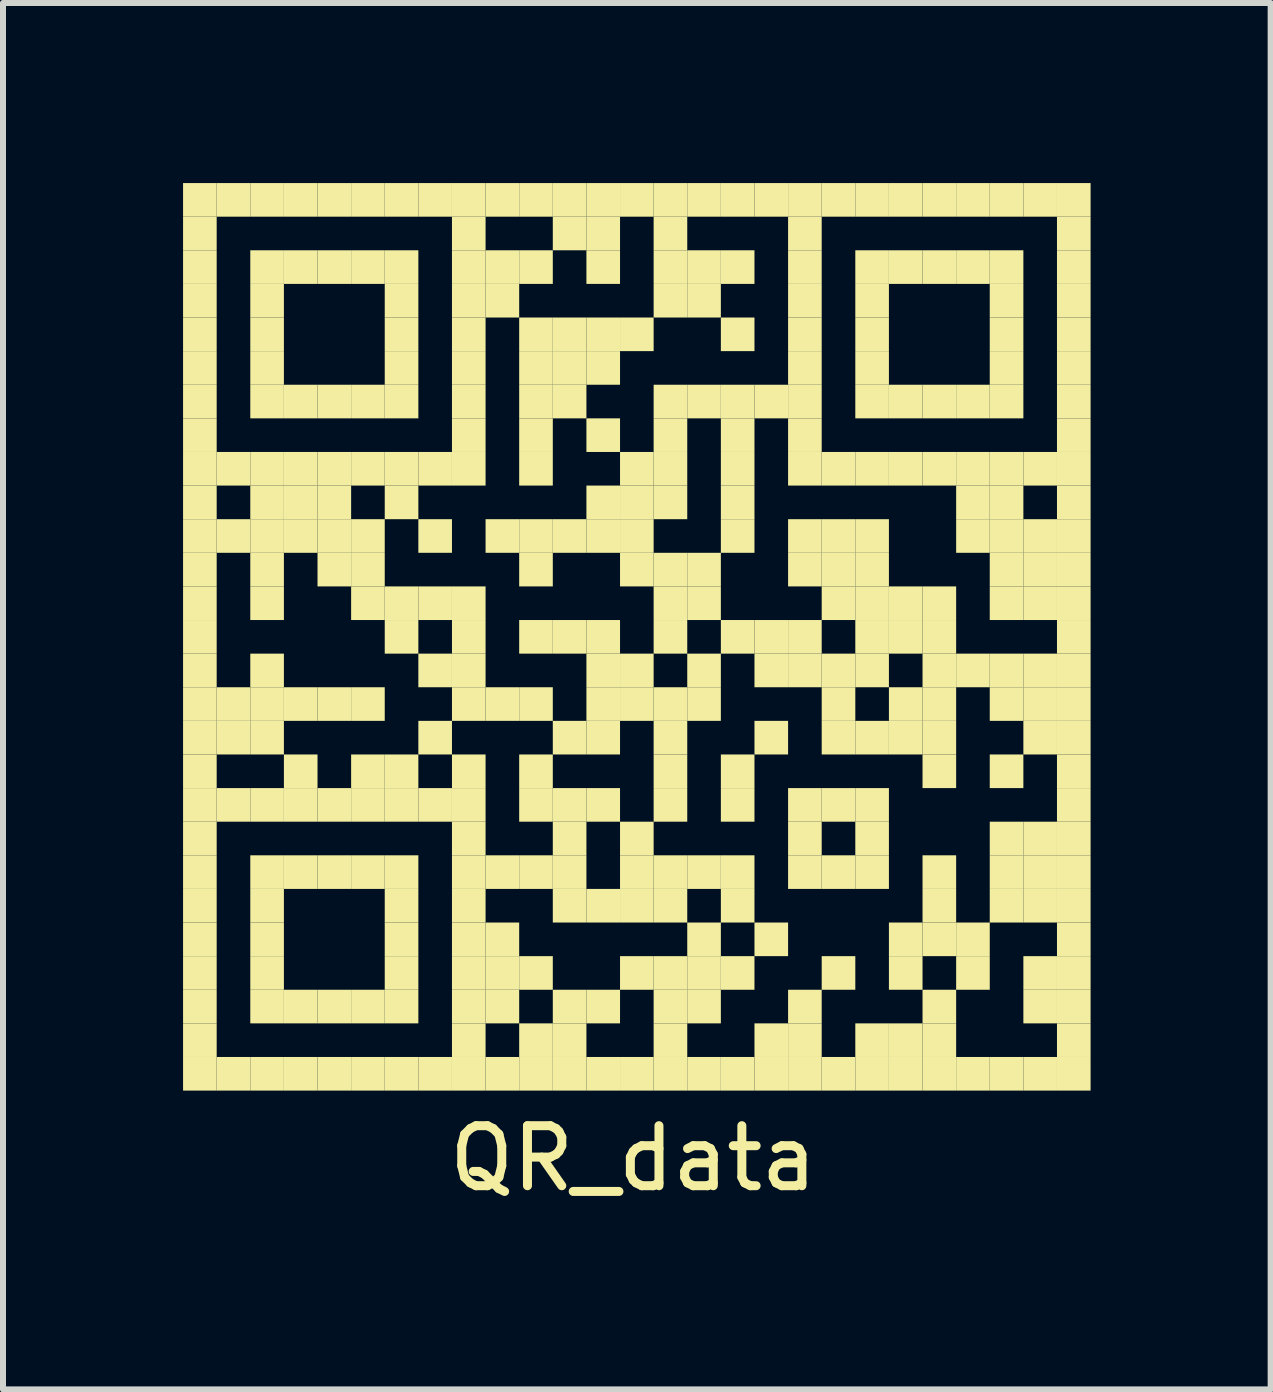
<source format=kicad_pcb>
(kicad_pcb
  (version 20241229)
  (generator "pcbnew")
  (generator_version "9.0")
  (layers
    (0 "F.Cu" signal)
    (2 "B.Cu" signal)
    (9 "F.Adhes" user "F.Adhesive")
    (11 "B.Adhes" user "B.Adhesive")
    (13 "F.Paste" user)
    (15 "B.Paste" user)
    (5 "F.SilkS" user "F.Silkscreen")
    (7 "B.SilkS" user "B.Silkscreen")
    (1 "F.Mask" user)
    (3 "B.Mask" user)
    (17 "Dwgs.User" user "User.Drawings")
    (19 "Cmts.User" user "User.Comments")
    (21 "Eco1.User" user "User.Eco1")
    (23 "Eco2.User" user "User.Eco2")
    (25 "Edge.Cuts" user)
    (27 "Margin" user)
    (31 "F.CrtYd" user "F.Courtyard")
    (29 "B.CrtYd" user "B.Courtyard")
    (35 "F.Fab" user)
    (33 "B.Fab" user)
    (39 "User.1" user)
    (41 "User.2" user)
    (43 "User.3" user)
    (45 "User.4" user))
  (footprint "QR_data"
    (layer "F.Cu")
    (at 7.5 7.5)
    (property "Reference" "QR_data" (at 0 8.75 0) (layer "F.SilkS") (effects (font (size 1 1) (thickness 0.15))))
    (attr exclude_from_pos_files exclude_from_bom)
    (fp_poly (pts (xy -7.5 -7.5) (xy -7.5 -6.94) (xy -6.94 -6.94) (xy -6.94 -7.5)) (stroke (width 0) (type solid)) (fill yes) (layer "F.SilkS"))
    (fp_poly (pts (xy -7.5 -6.94) (xy -7.5 -6.38) (xy -6.94 -6.38) (xy -6.94 -6.94)) (stroke (width 0) (type solid)) (fill yes) (layer "F.SilkS"))
    (fp_poly (pts (xy -7.5 -6.38) (xy -7.5 -5.82) (xy -6.94 -5.82) (xy -6.94 -6.38)) (stroke (width 0) (type solid)) (fill yes) (layer "F.SilkS"))
    (fp_poly (pts (xy -7.5 -5.82) (xy -7.5 -5.26) (xy -6.94 -5.26) (xy -6.94 -5.82)) (stroke (width 0) (type solid)) (fill yes) (layer "F.SilkS"))
    (fp_poly (pts (xy -7.5 -5.26) (xy -7.5 -4.7) (xy -6.94 -4.7) (xy -6.94 -5.26)) (stroke (width 0) (type solid)) (fill yes) (layer "F.SilkS"))
    (fp_poly (pts (xy -7.5 -4.7) (xy -7.5 -4.14) (xy -6.94 -4.14) (xy -6.94 -4.7)) (stroke (width 0) (type solid)) (fill yes) (layer "F.SilkS"))
    (fp_poly (pts (xy -7.5 -4.14) (xy -7.5 -3.58) (xy -6.94 -3.58) (xy -6.94 -4.14)) (stroke (width 0) (type solid)) (fill yes) (layer "F.SilkS"))
    (fp_poly (pts (xy -7.5 -3.58) (xy -7.5 -3.02) (xy -6.94 -3.02) (xy -6.94 -3.58)) (stroke (width 0) (type solid)) (fill yes) (layer "F.SilkS"))
    (fp_poly (pts (xy -7.5 -3.02) (xy -7.5 -2.46) (xy -6.94 -2.46) (xy -6.94 -3.02)) (stroke (width 0) (type solid)) (fill yes) (layer "F.SilkS"))
    (fp_poly (pts (xy -7.5 -2.46) (xy -7.5 -1.9) (xy -6.94 -1.9) (xy -6.94 -2.46)) (stroke (width 0) (type solid)) (fill yes) (layer "F.SilkS"))
    (fp_poly (pts (xy -7.5 -1.9) (xy -7.5 -1.34) (xy -6.94 -1.34) (xy -6.94 -1.9)) (stroke (width 0) (type solid)) (fill yes) (layer "F.SilkS"))
    (fp_poly (pts (xy -7.5 -1.34) (xy -7.5 -0.78) (xy -6.94 -0.78) (xy -6.94 -1.34)) (stroke (width 0) (type solid)) (fill yes) (layer "F.SilkS"))
    (fp_poly (pts (xy -7.5 -0.78) (xy -7.5 -0.22) (xy -6.94 -0.22) (xy -6.94 -0.78)) (stroke (width 0) (type solid)) (fill yes) (layer "F.SilkS"))
    (fp_poly (pts (xy -7.5 -0.22) (xy -7.5 0.34) (xy -6.94 0.34) (xy -6.94 -0.22)) (stroke (width 0) (type solid)) (fill yes) (layer "F.SilkS"))
    (fp_poly (pts (xy -7.5 0.34) (xy -7.5 0.9) (xy -6.94 0.9) (xy -6.94 0.34)) (stroke (width 0) (type solid)) (fill yes) (layer "F.SilkS"))
    (fp_poly (pts (xy -7.5 0.9) (xy -7.5 1.46) (xy -6.94 1.46) (xy -6.94 0.9)) (stroke (width 0) (type solid)) (fill yes) (layer "F.SilkS"))
    (fp_poly (pts (xy -7.5 1.46) (xy -7.5 2.02) (xy -6.94 2.02) (xy -6.94 1.46)) (stroke (width 0) (type solid)) (fill yes) (layer "F.SilkS"))
    (fp_poly (pts (xy -7.5 2.02) (xy -7.5 2.58) (xy -6.94 2.58) (xy -6.94 2.02)) (stroke (width 0) (type solid)) (fill yes) (layer "F.SilkS"))
    (fp_poly (pts (xy -7.5 2.58) (xy -7.5 3.14) (xy -6.94 3.14) (xy -6.94 2.58)) (stroke (width 0) (type solid)) (fill yes) (layer "F.SilkS"))
    (fp_poly (pts (xy -7.5 3.14) (xy -7.5 3.7) (xy -6.94 3.7) (xy -6.94 3.14)) (stroke (width 0) (type solid)) (fill yes) (layer "F.SilkS"))
    (fp_poly (pts (xy -7.5 3.7) (xy -7.5 4.26) (xy -6.94 4.26) (xy -6.94 3.7)) (stroke (width 0) (type solid)) (fill yes) (layer "F.SilkS"))
    (fp_poly (pts (xy -7.5 4.26) (xy -7.5 4.82) (xy -6.94 4.82) (xy -6.94 4.26)) (stroke (width 0) (type solid)) (fill yes) (layer "F.SilkS"))
    (fp_poly (pts (xy -7.5 4.82) (xy -7.5 5.38) (xy -6.94 5.38) (xy -6.94 4.82)) (stroke (width 0) (type solid)) (fill yes) (layer "F.SilkS"))
    (fp_poly (pts (xy -7.5 5.38) (xy -7.5 5.94) (xy -6.94 5.94) (xy -6.94 5.38)) (stroke (width 0) (type solid)) (fill yes) (layer "F.SilkS"))
    (fp_poly (pts (xy -7.5 5.94) (xy -7.5 6.5) (xy -6.94 6.5) (xy -6.94 5.94)) (stroke (width 0) (type solid)) (fill yes) (layer "F.SilkS"))
    (fp_poly (pts (xy -7.5 6.5) (xy -7.5 7.06) (xy -6.94 7.06) (xy -6.94 6.5)) (stroke (width 0) (type solid)) (fill yes) (layer "F.SilkS"))
    (fp_poly (pts (xy -7.5 7.06) (xy -7.5 7.62) (xy -6.94 7.62) (xy -6.94 7.06)) (stroke (width 0) (type solid)) (fill yes) (layer "F.SilkS"))
    (fp_poly (pts (xy -6.94 -7.5) (xy -6.94 -6.94) (xy -6.38 -6.94) (xy -6.38 -7.5)) (stroke (width 0) (type solid)) (fill yes) (layer "F.SilkS"))
    (fp_poly (pts (xy -6.94 -3.02) (xy -6.94 -2.46) (xy -6.38 -2.46) (xy -6.38 -3.02)) (stroke (width 0) (type solid)) (fill yes) (layer "F.SilkS"))
    (fp_poly (pts (xy -6.94 -1.9) (xy -6.94 -1.34) (xy -6.38 -1.34) (xy -6.38 -1.9)) (stroke (width 0) (type solid)) (fill yes) (layer "F.SilkS"))
    (fp_poly (pts (xy -6.94 0.9) (xy -6.94 1.46) (xy -6.38 1.46) (xy -6.38 0.9)) (stroke (width 0) (type solid)) (fill yes) (layer "F.SilkS"))
    (fp_poly (pts (xy -6.94 1.46) (xy -6.94 2.02) (xy -6.38 2.02) (xy -6.38 1.46)) (stroke (width 0) (type solid)) (fill yes) (layer "F.SilkS"))
    (fp_poly (pts (xy -6.94 2.58) (xy -6.94 3.14) (xy -6.38 3.14) (xy -6.38 2.58)) (stroke (width 0) (type solid)) (fill yes) (layer "F.SilkS"))
    (fp_poly (pts (xy -6.94 7.06) (xy -6.94 7.62) (xy -6.38 7.62) (xy -6.38 7.06)) (stroke (width 0) (type solid)) (fill yes) (layer "F.SilkS"))
    (fp_poly (pts (xy -6.38 -7.5) (xy -6.38 -6.94) (xy -5.82 -6.94) (xy -5.82 -7.5)) (stroke (width 0) (type solid)) (fill yes) (layer "F.SilkS"))
    (fp_poly (pts (xy -6.38 -6.38) (xy -6.38 -5.82) (xy -5.82 -5.82) (xy -5.82 -6.38)) (stroke (width 0) (type solid)) (fill yes) (layer "F.SilkS"))
    (fp_poly (pts (xy -6.38 -5.82) (xy -6.38 -5.26) (xy -5.82 -5.26) (xy -5.82 -5.82)) (stroke (width 0) (type solid)) (fill yes) (layer "F.SilkS"))
    (fp_poly (pts (xy -6.38 -5.26) (xy -6.38 -4.7) (xy -5.82 -4.7) (xy -5.82 -5.26)) (stroke (width 0) (type solid)) (fill yes) (layer "F.SilkS"))
    (fp_poly (pts (xy -6.38 -4.7) (xy -6.38 -4.14) (xy -5.82 -4.14) (xy -5.82 -4.7)) (stroke (width 0) (type solid)) (fill yes) (layer "F.SilkS"))
    (fp_poly (pts (xy -6.38 -4.14) (xy -6.38 -3.58) (xy -5.82 -3.58) (xy -5.82 -4.14)) (stroke (width 0) (type solid)) (fill yes) (layer "F.SilkS"))
    (fp_poly (pts (xy -6.38 -3.02) (xy -6.38 -2.46) (xy -5.82 -2.46) (xy -5.82 -3.02)) (stroke (width 0) (type solid)) (fill yes) (layer "F.SilkS"))
    (fp_poly (pts (xy -6.38 -2.46) (xy -6.38 -1.9) (xy -5.82 -1.9) (xy -5.82 -2.46)) (stroke (width 0) (type solid)) (fill yes) (layer "F.SilkS"))
    (fp_poly (pts (xy -6.38 -1.9) (xy -6.38 -1.34) (xy -5.82 -1.34) (xy -5.82 -1.9)) (stroke (width 0) (type solid)) (fill yes) (layer "F.SilkS"))
    (fp_poly (pts (xy -6.38 -1.34) (xy -6.38 -0.78) (xy -5.82 -0.78) (xy -5.82 -1.34)) (stroke (width 0) (type solid)) (fill yes) (layer "F.SilkS"))
    (fp_poly (pts (xy -6.38 -0.78) (xy -6.38 -0.22) (xy -5.82 -0.22) (xy -5.82 -0.78)) (stroke (width 0) (type solid)) (fill yes) (layer "F.SilkS"))
    (fp_poly (pts (xy -6.38 0.34) (xy -6.38 0.9) (xy -5.82 0.9) (xy -5.82 0.34)) (stroke (width 0) (type solid)) (fill yes) (layer "F.SilkS"))
    (fp_poly (pts (xy -6.38 0.9) (xy -6.38 1.46) (xy -5.82 1.46) (xy -5.82 0.9)) (stroke (width 0) (type solid)) (fill yes) (layer "F.SilkS"))
    (fp_poly (pts (xy -6.38 1.46) (xy -6.38 2.02) (xy -5.82 2.02) (xy -5.82 1.46)) (stroke (width 0) (type solid)) (fill yes) (layer "F.SilkS"))
    (fp_poly (pts (xy -6.38 2.58) (xy -6.38 3.14) (xy -5.82 3.14) (xy -5.82 2.58)) (stroke (width 0) (type solid)) (fill yes) (layer "F.SilkS"))
    (fp_poly (pts (xy -6.38 3.7) (xy -6.38 4.26) (xy -5.82 4.26) (xy -5.82 3.7)) (stroke (width 0) (type solid)) (fill yes) (layer "F.SilkS"))
    (fp_poly (pts (xy -6.38 4.26) (xy -6.38 4.82) (xy -5.82 4.82) (xy -5.82 4.26)) (stroke (width 0) (type solid)) (fill yes) (layer "F.SilkS"))
    (fp_poly (pts (xy -6.38 4.82) (xy -6.38 5.38) (xy -5.82 5.38) (xy -5.82 4.82)) (stroke (width 0) (type solid)) (fill yes) (layer "F.SilkS"))
    (fp_poly (pts (xy -6.38 5.38) (xy -6.38 5.94) (xy -5.82 5.94) (xy -5.82 5.38)) (stroke (width 0) (type solid)) (fill yes) (layer "F.SilkS"))
    (fp_poly (pts (xy -6.38 5.94) (xy -6.38 6.5) (xy -5.82 6.5) (xy -5.82 5.94)) (stroke (width 0) (type solid)) (fill yes) (layer "F.SilkS"))
    (fp_poly (pts (xy -6.38 7.06) (xy -6.38 7.62) (xy -5.82 7.62) (xy -5.82 7.06)) (stroke (width 0) (type solid)) (fill yes) (layer "F.SilkS"))
    (fp_poly (pts (xy -5.82 -7.5) (xy -5.82 -6.94) (xy -5.26 -6.94) (xy -5.26 -7.5)) (stroke (width 0) (type solid)) (fill yes) (layer "F.SilkS"))
    (fp_poly (pts (xy -5.82 -6.38) (xy -5.82 -5.82) (xy -5.26 -5.82) (xy -5.26 -6.38)) (stroke (width 0) (type solid)) (fill yes) (layer "F.SilkS"))
    (fp_poly (pts (xy -5.82 -4.14) (xy -5.82 -3.58) (xy -5.26 -3.58) (xy -5.26 -4.14)) (stroke (width 0) (type solid)) (fill yes) (layer "F.SilkS"))
    (fp_poly (pts (xy -5.82 -3.02) (xy -5.82 -2.46) (xy -5.26 -2.46) (xy -5.26 -3.02)) (stroke (width 0) (type solid)) (fill yes) (layer "F.SilkS"))
    (fp_poly (pts (xy -5.82 -2.46) (xy -5.82 -1.9) (xy -5.26 -1.9) (xy -5.26 -2.46)) (stroke (width 0) (type solid)) (fill yes) (layer "F.SilkS"))
    (fp_poly (pts (xy -5.82 -1.9) (xy -5.82 -1.34) (xy -5.26 -1.34) (xy -5.26 -1.9)) (stroke (width 0) (type solid)) (fill yes) (layer "F.SilkS"))
    (fp_poly (pts (xy -5.82 0.9) (xy -5.82 1.46) (xy -5.26 1.46) (xy -5.26 0.9)) (stroke (width 0) (type solid)) (fill yes) (layer "F.SilkS"))
    (fp_poly (pts (xy -5.82 2.02) (xy -5.82 2.58) (xy -5.26 2.58) (xy -5.26 2.02)) (stroke (width 0) (type solid)) (fill yes) (layer "F.SilkS"))
    (fp_poly (pts (xy -5.82 2.58) (xy -5.82 3.14) (xy -5.26 3.14) (xy -5.26 2.58)) (stroke (width 0) (type solid)) (fill yes) (layer "F.SilkS"))
    (fp_poly (pts (xy -5.82 3.7) (xy -5.82 4.26) (xy -5.26 4.26) (xy -5.26 3.7)) (stroke (width 0) (type solid)) (fill yes) (layer "F.SilkS"))
    (fp_poly (pts (xy -5.82 5.94) (xy -5.82 6.5) (xy -5.26 6.5) (xy -5.26 5.94)) (stroke (width 0) (type solid)) (fill yes) (layer "F.SilkS"))
    (fp_poly (pts (xy -5.82 7.06) (xy -5.82 7.62) (xy -5.26 7.62) (xy -5.26 7.06)) (stroke (width 0) (type solid)) (fill yes) (layer "F.SilkS"))
    (fp_poly (pts (xy -5.26 -7.5) (xy -5.26 -6.94) (xy -4.7 -6.94) (xy -4.7 -7.5)) (stroke (width 0) (type solid)) (fill yes) (layer "F.SilkS"))
    (fp_poly (pts (xy -5.26 -6.38) (xy -5.26 -5.82) (xy -4.7 -5.82) (xy -4.7 -6.38)) (stroke (width 0) (type solid)) (fill yes) (layer "F.SilkS"))
    (fp_poly (pts (xy -5.26 -4.14) (xy -5.26 -3.58) (xy -4.7 -3.58) (xy -4.7 -4.14)) (stroke (width 0) (type solid)) (fill yes) (layer "F.SilkS"))
    (fp_poly (pts (xy -5.26 -3.02) (xy -5.26 -2.46) (xy -4.7 -2.46) (xy -4.7 -3.02)) (stroke (width 0) (type solid)) (fill yes) (layer "F.SilkS"))
    (fp_poly (pts (xy -5.26 -2.46) (xy -5.26 -1.9) (xy -4.7 -1.9) (xy -4.7 -2.46)) (stroke (width 0) (type solid)) (fill yes) (layer "F.SilkS"))
    (fp_poly (pts (xy -5.26 -1.9) (xy -5.26 -1.34) (xy -4.7 -1.34) (xy -4.7 -1.9)) (stroke (width 0) (type solid)) (fill yes) (layer "F.SilkS"))
    (fp_poly (pts (xy -5.26 -1.34) (xy -5.26 -0.78) (xy -4.7 -0.78) (xy -4.7 -1.34)) (stroke (width 0) (type solid)) (fill yes) (layer "F.SilkS"))
    (fp_poly (pts (xy -5.26 0.9) (xy -5.26 1.46) (xy -4.7 1.46) (xy -4.7 0.9)) (stroke (width 0) (type solid)) (fill yes) (layer "F.SilkS"))
    (fp_poly (pts (xy -5.26 2.58) (xy -5.26 3.14) (xy -4.7 3.14) (xy -4.7 2.58)) (stroke (width 0) (type solid)) (fill yes) (layer "F.SilkS"))
    (fp_poly (pts (xy -5.26 3.7) (xy -5.26 4.26) (xy -4.7 4.26) (xy -4.7 3.7)) (stroke (width 0) (type solid)) (fill yes) (layer "F.SilkS"))
    (fp_poly (pts (xy -5.26 5.94) (xy -5.26 6.5) (xy -4.7 6.5) (xy -4.7 5.94)) (stroke (width 0) (type solid)) (fill yes) (layer "F.SilkS"))
    (fp_poly (pts (xy -5.26 7.06) (xy -5.26 7.62) (xy -4.7 7.62) (xy -4.7 7.06)) (stroke (width 0) (type solid)) (fill yes) (layer "F.SilkS"))
    (fp_poly (pts (xy -4.7 -7.5) (xy -4.7 -6.94) (xy -4.14 -6.94) (xy -4.14 -7.5)) (stroke (width 0) (type solid)) (fill yes) (layer "F.SilkS"))
    (fp_poly (pts (xy -4.7 -6.38) (xy -4.7 -5.82) (xy -4.14 -5.82) (xy -4.14 -6.38)) (stroke (width 0) (type solid)) (fill yes) (layer "F.SilkS"))
    (fp_poly (pts (xy -4.7 -4.14) (xy -4.7 -3.58) (xy -4.14 -3.58) (xy -4.14 -4.14)) (stroke (width 0) (type solid)) (fill yes) (layer "F.SilkS"))
    (fp_poly (pts (xy -4.7 -3.02) (xy -4.7 -2.46) (xy -4.14 -2.46) (xy -4.14 -3.02)) (stroke (width 0) (type solid)) (fill yes) (layer "F.SilkS"))
    (fp_poly (pts (xy -4.7 -1.9) (xy -4.7 -1.34) (xy -4.14 -1.34) (xy -4.14 -1.9)) (stroke (width 0) (type solid)) (fill yes) (layer "F.SilkS"))
    (fp_poly (pts (xy -4.7 -1.34) (xy -4.7 -0.78) (xy -4.14 -0.78) (xy -4.14 -1.34)) (stroke (width 0) (type solid)) (fill yes) (layer "F.SilkS"))
    (fp_poly (pts (xy -4.7 -0.78) (xy -4.7 -0.22) (xy -4.14 -0.22) (xy -4.14 -0.78)) (stroke (width 0) (type solid)) (fill yes) (layer "F.SilkS"))
    (fp_poly (pts (xy -4.7 0.9) (xy -4.7 1.46) (xy -4.14 1.46) (xy -4.14 0.9)) (stroke (width 0) (type solid)) (fill yes) (layer "F.SilkS"))
    (fp_poly (pts (xy -4.7 2.02) (xy -4.7 2.58) (xy -4.14 2.58) (xy -4.14 2.02)) (stroke (width 0) (type solid)) (fill yes) (layer "F.SilkS"))
    (fp_poly (pts (xy -4.7 2.58) (xy -4.7 3.14) (xy -4.14 3.14) (xy -4.14 2.58)) (stroke (width 0) (type solid)) (fill yes) (layer "F.SilkS"))
    (fp_poly (pts (xy -4.7 3.7) (xy -4.7 4.26) (xy -4.14 4.26) (xy -4.14 3.7)) (stroke (width 0) (type solid)) (fill yes) (layer "F.SilkS"))
    (fp_poly (pts (xy -4.7 5.94) (xy -4.7 6.5) (xy -4.14 6.5) (xy -4.14 5.94)) (stroke (width 0) (type solid)) (fill yes) (layer "F.SilkS"))
    (fp_poly (pts (xy -4.7 7.06) (xy -4.7 7.62) (xy -4.14 7.62) (xy -4.14 7.06)) (stroke (width 0) (type solid)) (fill yes) (layer "F.SilkS"))
    (fp_poly (pts (xy -4.14 -7.5) (xy -4.14 -6.94) (xy -3.58 -6.94) (xy -3.58 -7.5)) (stroke (width 0) (type solid)) (fill yes) (layer "F.SilkS"))
    (fp_poly (pts (xy -4.14 -6.38) (xy -4.14 -5.82) (xy -3.58 -5.82) (xy -3.58 -6.38)) (stroke (width 0) (type solid)) (fill yes) (layer "F.SilkS"))
    (fp_poly (pts (xy -4.14 -5.82) (xy -4.14 -5.26) (xy -3.58 -5.26) (xy -3.58 -5.82)) (stroke (width 0) (type solid)) (fill yes) (layer "F.SilkS"))
    (fp_poly (pts (xy -4.14 -5.26) (xy -4.14 -4.7) (xy -3.58 -4.7) (xy -3.58 -5.26)) (stroke (width 0) (type solid)) (fill yes) (layer "F.SilkS"))
    (fp_poly (pts (xy -4.14 -4.7) (xy -4.14 -4.14) (xy -3.58 -4.14) (xy -3.58 -4.7)) (stroke (width 0) (type solid)) (fill yes) (layer "F.SilkS"))
    (fp_poly (pts (xy -4.14 -4.14) (xy -4.14 -3.58) (xy -3.58 -3.58) (xy -3.58 -4.14)) (stroke (width 0) (type solid)) (fill yes) (layer "F.SilkS"))
    (fp_poly (pts (xy -4.14 -3.02) (xy -4.14 -2.46) (xy -3.58 -2.46) (xy -3.58 -3.02)) (stroke (width 0) (type solid)) (fill yes) (layer "F.SilkS"))
    (fp_poly (pts (xy -4.14 -2.46) (xy -4.14 -1.9) (xy -3.58 -1.9) (xy -3.58 -2.46)) (stroke (width 0) (type solid)) (fill yes) (layer "F.SilkS"))
    (fp_poly (pts (xy -4.14 -0.78) (xy -4.14 -0.22) (xy -3.58 -0.22) (xy -3.58 -0.78)) (stroke (width 0) (type solid)) (fill yes) (layer "F.SilkS"))
    (fp_poly (pts (xy -4.14 -0.22) (xy -4.14 0.34) (xy -3.58 0.34) (xy -3.58 -0.22)) (stroke (width 0) (type solid)) (fill yes) (layer "F.SilkS"))
    (fp_poly (pts (xy -4.14 2.02) (xy -4.14 2.58) (xy -3.58 2.58) (xy -3.58 2.02)) (stroke (width 0) (type solid)) (fill yes) (layer "F.SilkS"))
    (fp_poly (pts (xy -4.14 2.58) (xy -4.14 3.14) (xy -3.58 3.14) (xy -3.58 2.58)) (stroke (width 0) (type solid)) (fill yes) (layer "F.SilkS"))
    (fp_poly (pts (xy -4.14 3.7) (xy -4.14 4.26) (xy -3.58 4.26) (xy -3.58 3.7)) (stroke (width 0) (type solid)) (fill yes) (layer "F.SilkS"))
    (fp_poly (pts (xy -4.14 4.26) (xy -4.14 4.82) (xy -3.58 4.82) (xy -3.58 4.26)) (stroke (width 0) (type solid)) (fill yes) (layer "F.SilkS"))
    (fp_poly (pts (xy -4.14 4.82) (xy -4.14 5.38) (xy -3.58 5.38) (xy -3.58 4.82)) (stroke (width 0) (type solid)) (fill yes) (layer "F.SilkS"))
    (fp_poly (pts (xy -4.14 5.38) (xy -4.14 5.94) (xy -3.58 5.94) (xy -3.58 5.38)) (stroke (width 0) (type solid)) (fill yes) (layer "F.SilkS"))
    (fp_poly (pts (xy -4.14 5.94) (xy -4.14 6.5) (xy -3.58 6.5) (xy -3.58 5.94)) (stroke (width 0) (type solid)) (fill yes) (layer "F.SilkS"))
    (fp_poly (pts (xy -4.14 7.06) (xy -4.14 7.62) (xy -3.58 7.62) (xy -3.58 7.06)) (stroke (width 0) (type solid)) (fill yes) (layer "F.SilkS"))
    (fp_poly (pts (xy -3.58 -7.5) (xy -3.58 -6.94) (xy -3.02 -6.94) (xy -3.02 -7.5)) (stroke (width 0) (type solid)) (fill yes) (layer "F.SilkS"))
    (fp_poly (pts (xy -3.58 -3.02) (xy -3.58 -2.46) (xy -3.02 -2.46) (xy -3.02 -3.02)) (stroke (width 0) (type solid)) (fill yes) (layer "F.SilkS"))
    (fp_poly (pts (xy -3.58 -1.9) (xy -3.58 -1.34) (xy -3.02 -1.34) (xy -3.02 -1.9)) (stroke (width 0) (type solid)) (fill yes) (layer "F.SilkS"))
    (fp_poly (pts (xy -3.58 -0.78) (xy -3.58 -0.22) (xy -3.02 -0.22) (xy -3.02 -0.78)) (stroke (width 0) (type solid)) (fill yes) (layer "F.SilkS"))
    (fp_poly (pts (xy -3.58 0.34) (xy -3.58 0.9) (xy -3.02 0.9) (xy -3.02 0.34)) (stroke (width 0) (type solid)) (fill yes) (layer "F.SilkS"))
    (fp_poly (pts (xy -3.58 1.46) (xy -3.58 2.02) (xy -3.02 2.02) (xy -3.02 1.46)) (stroke (width 0) (type solid)) (fill yes) (layer "F.SilkS"))
    (fp_poly (pts (xy -3.58 2.58) (xy -3.58 3.14) (xy -3.02 3.14) (xy -3.02 2.58)) (stroke (width 0) (type solid)) (fill yes) (layer "F.SilkS"))
    (fp_poly (pts (xy -3.58 7.06) (xy -3.58 7.62) (xy -3.02 7.62) (xy -3.02 7.06)) (stroke (width 0) (type solid)) (fill yes) (layer "F.SilkS"))
    (fp_poly (pts (xy -3.02 -7.5) (xy -3.02 -6.94) (xy -2.46 -6.94) (xy -2.46 -7.5)) (stroke (width 0) (type solid)) (fill yes) (layer "F.SilkS"))
    (fp_poly (pts (xy -3.02 -6.94) (xy -3.02 -6.38) (xy -2.46 -6.38) (xy -2.46 -6.94)) (stroke (width 0) (type solid)) (fill yes) (layer "F.SilkS"))
    (fp_poly (pts (xy -3.02 -6.38) (xy -3.02 -5.82) (xy -2.46 -5.82) (xy -2.46 -6.38)) (stroke (width 0) (type solid)) (fill yes) (layer "F.SilkS"))
    (fp_poly (pts (xy -3.02 -5.82) (xy -3.02 -5.26) (xy -2.46 -5.26) (xy -2.46 -5.82)) (stroke (width 0) (type solid)) (fill yes) (layer "F.SilkS"))
    (fp_poly (pts (xy -3.02 -5.26) (xy -3.02 -4.7) (xy -2.46 -4.7) (xy -2.46 -5.26)) (stroke (width 0) (type solid)) (fill yes) (layer "F.SilkS"))
    (fp_poly (pts (xy -3.02 -4.7) (xy -3.02 -4.14) (xy -2.46 -4.14) (xy -2.46 -4.7)) (stroke (width 0) (type solid)) (fill yes) (layer "F.SilkS"))
    (fp_poly (pts (xy -3.02 -4.14) (xy -3.02 -3.58) (xy -2.46 -3.58) (xy -2.46 -4.14)) (stroke (width 0) (type solid)) (fill yes) (layer "F.SilkS"))
    (fp_poly (pts (xy -3.02 -3.58) (xy -3.02 -3.02) (xy -2.46 -3.02) (xy -2.46 -3.58)) (stroke (width 0) (type solid)) (fill yes) (layer "F.SilkS"))
    (fp_poly (pts (xy -3.02 -3.02) (xy -3.02 -2.46) (xy -2.46 -2.46) (xy -2.46 -3.02)) (stroke (width 0) (type solid)) (fill yes) (layer "F.SilkS"))
    (fp_poly (pts (xy -3.02 -0.78) (xy -3.02 -0.22) (xy -2.46 -0.22) (xy -2.46 -0.78)) (stroke (width 0) (type solid)) (fill yes) (layer "F.SilkS"))
    (fp_poly (pts (xy -3.02 -0.22) (xy -3.02 0.34) (xy -2.46 0.34) (xy -2.46 -0.22)) (stroke (width 0) (type solid)) (fill yes) (layer "F.SilkS"))
    (fp_poly (pts (xy -3.02 0.34) (xy -3.02 0.9) (xy -2.46 0.9) (xy -2.46 0.34)) (stroke (width 0) (type solid)) (fill yes) (layer "F.SilkS"))
    (fp_poly (pts (xy -3.02 0.9) (xy -3.02 1.46) (xy -2.46 1.46) (xy -2.46 0.9)) (stroke (width 0) (type solid)) (fill yes) (layer "F.SilkS"))
    (fp_poly (pts (xy -3.02 2.02) (xy -3.02 2.58) (xy -2.46 2.58) (xy -2.46 2.02)) (stroke (width 0) (type solid)) (fill yes) (layer "F.SilkS"))
    (fp_poly (pts (xy -3.02 2.58) (xy -3.02 3.14) (xy -2.46 3.14) (xy -2.46 2.58)) (stroke (width 0) (type solid)) (fill yes) (layer "F.SilkS"))
    (fp_poly (pts (xy -3.02 3.14) (xy -3.02 3.7) (xy -2.46 3.7) (xy -2.46 3.14)) (stroke (width 0) (type solid)) (fill yes) (layer "F.SilkS"))
    (fp_poly (pts (xy -3.02 3.7) (xy -3.02 4.26) (xy -2.46 4.26) (xy -2.46 3.7)) (stroke (width 0) (type solid)) (fill yes) (layer "F.SilkS"))
    (fp_poly (pts (xy -3.02 4.26) (xy -3.02 4.82) (xy -2.46 4.82) (xy -2.46 4.26)) (stroke (width 0) (type solid)) (fill yes) (layer "F.SilkS"))
    (fp_poly (pts (xy -3.02 4.82) (xy -3.02 5.38) (xy -2.46 5.38) (xy -2.46 4.82)) (stroke (width 0) (type solid)) (fill yes) (layer "F.SilkS"))
    (fp_poly (pts (xy -3.02 5.38) (xy -3.02 5.94) (xy -2.46 5.94) (xy -2.46 5.38)) (stroke (width 0) (type solid)) (fill yes) (layer "F.SilkS"))
    (fp_poly (pts (xy -3.02 5.94) (xy -3.02 6.5) (xy -2.46 6.5) (xy -2.46 5.94)) (stroke (width 0) (type solid)) (fill yes) (layer "F.SilkS"))
    (fp_poly (pts (xy -3.02 6.5) (xy -3.02 7.06) (xy -2.46 7.06) (xy -2.46 6.5)) (stroke (width 0) (type solid)) (fill yes) (layer "F.SilkS"))
    (fp_poly (pts (xy -3.02 7.06) (xy -3.02 7.62) (xy -2.46 7.62) (xy -2.46 7.06)) (stroke (width 0) (type solid)) (fill yes) (layer "F.SilkS"))
    (fp_poly (pts (xy -2.46 -7.5) (xy -2.46 -6.94) (xy -1.9 -6.94) (xy -1.9 -7.5)) (stroke (width 0) (type solid)) (fill yes) (layer "F.SilkS"))
    (fp_poly (pts (xy -2.46 -6.38) (xy -2.46 -5.82) (xy -1.9 -5.82) (xy -1.9 -6.38)) (stroke (width 0) (type solid)) (fill yes) (layer "F.SilkS"))
    (fp_poly (pts (xy -2.46 -5.82) (xy -2.46 -5.26) (xy -1.9 -5.26) (xy -1.9 -5.82)) (stroke (width 0) (type solid)) (fill yes) (layer "F.SilkS"))
    (fp_poly (pts (xy -2.46 -1.9) (xy -2.46 -1.34) (xy -1.9 -1.34) (xy -1.9 -1.9)) (stroke (width 0) (type solid)) (fill yes) (layer "F.SilkS"))
    (fp_poly (pts (xy -2.46 0.9) (xy -2.46 1.46) (xy -1.9 1.46) (xy -1.9 0.9)) (stroke (width 0) (type solid)) (fill yes) (layer "F.SilkS"))
    (fp_poly (pts (xy -2.46 3.7) (xy -2.46 4.26) (xy -1.9 4.26) (xy -1.9 3.7)) (stroke (width 0) (type solid)) (fill yes) (layer "F.SilkS"))
    (fp_poly (pts (xy -2.46 4.82) (xy -2.46 5.38) (xy -1.9 5.38) (xy -1.9 4.82)) (stroke (width 0) (type solid)) (fill yes) (layer "F.SilkS"))
    (fp_poly (pts (xy -2.46 5.38) (xy -2.46 5.94) (xy -1.9 5.94) (xy -1.9 5.38)) (stroke (width 0) (type solid)) (fill yes) (layer "F.SilkS"))
    (fp_poly (pts (xy -2.46 5.94) (xy -2.46 6.5) (xy -1.9 6.5) (xy -1.9 5.94)) (stroke (width 0) (type solid)) (fill yes) (layer "F.SilkS"))
    (fp_poly (pts (xy -2.46 7.06) (xy -2.46 7.62) (xy -1.9 7.62) (xy -1.9 7.06)) (stroke (width 0) (type solid)) (fill yes) (layer "F.SilkS"))
    (fp_poly (pts (xy -1.9 -7.5) (xy -1.9 -6.94) (xy -1.34 -6.94) (xy -1.34 -7.5)) (stroke (width 0) (type solid)) (fill yes) (layer "F.SilkS"))
    (fp_poly (pts (xy -1.9 -6.38) (xy -1.9 -5.82) (xy -1.34 -5.82) (xy -1.34 -6.38)) (stroke (width 0) (type solid)) (fill yes) (layer "F.SilkS"))
    (fp_poly (pts (xy -1.9 -5.26) (xy -1.9 -4.7) (xy -1.34 -4.7) (xy -1.34 -5.26)) (stroke (width 0) (type solid)) (fill yes) (layer "F.SilkS"))
    (fp_poly (pts (xy -1.9 -4.7) (xy -1.9 -4.14) (xy -1.34 -4.14) (xy -1.34 -4.7)) (stroke (width 0) (type solid)) (fill yes) (layer "F.SilkS"))
    (fp_poly (pts (xy -1.9 -4.14) (xy -1.9 -3.58) (xy -1.34 -3.58) (xy -1.34 -4.14)) (stroke (width 0) (type solid)) (fill yes) (layer "F.SilkS"))
    (fp_poly (pts (xy -1.9 -3.58) (xy -1.9 -3.02) (xy -1.34 -3.02) (xy -1.34 -3.58)) (stroke (width 0) (type solid)) (fill yes) (layer "F.SilkS"))
    (fp_poly (pts (xy -1.9 -3.02) (xy -1.9 -2.46) (xy -1.34 -2.46) (xy -1.34 -3.02)) (stroke (width 0) (type solid)) (fill yes) (layer "F.SilkS"))
    (fp_poly (pts (xy -1.9 -1.9) (xy -1.9 -1.34) (xy -1.34 -1.34) (xy -1.34 -1.9)) (stroke (width 0) (type solid)) (fill yes) (layer "F.SilkS"))
    (fp_poly (pts (xy -1.9 -1.34) (xy -1.9 -0.78) (xy -1.34 -0.78) (xy -1.34 -1.34)) (stroke (width 0) (type solid)) (fill yes) (layer "F.SilkS"))
    (fp_poly (pts (xy -1.9 -0.22) (xy -1.9 0.34) (xy -1.34 0.34) (xy -1.34 -0.22)) (stroke (width 0) (type solid)) (fill yes) (layer "F.SilkS"))
    (fp_poly (pts (xy -1.9 0.9) (xy -1.9 1.46) (xy -1.34 1.46) (xy -1.34 0.9)) (stroke (width 0) (type solid)) (fill yes) (layer "F.SilkS"))
    (fp_poly (pts (xy -1.9 2.02) (xy -1.9 2.58) (xy -1.34 2.58) (xy -1.34 2.02)) (stroke (width 0) (type solid)) (fill yes) (layer "F.SilkS"))
    (fp_poly (pts (xy -1.9 2.58) (xy -1.9 3.14) (xy -1.34 3.14) (xy -1.34 2.58)) (stroke (width 0) (type solid)) (fill yes) (layer "F.SilkS"))
    (fp_poly (pts (xy -1.9 3.7) (xy -1.9 4.26) (xy -1.34 4.26) (xy -1.34 3.7)) (stroke (width 0) (type solid)) (fill yes) (layer "F.SilkS"))
    (fp_poly (pts (xy -1.9 5.38) (xy -1.9 5.94) (xy -1.34 5.94) (xy -1.34 5.38)) (stroke (width 0) (type solid)) (fill yes) (layer "F.SilkS"))
    (fp_poly (pts (xy -1.9 6.5) (xy -1.9 7.06) (xy -1.34 7.06) (xy -1.34 6.5)) (stroke (width 0) (type solid)) (fill yes) (layer "F.SilkS"))
    (fp_poly (pts (xy -1.9 7.06) (xy -1.9 7.62) (xy -1.34 7.62) (xy -1.34 7.06)) (stroke (width 0) (type solid)) (fill yes) (layer "F.SilkS"))
    (fp_poly (pts (xy -1.34 -7.5) (xy -1.34 -6.94) (xy -0.78 -6.94) (xy -0.78 -7.5)) (stroke (width 0) (type solid)) (fill yes) (layer "F.SilkS"))
    (fp_poly (pts (xy -1.34 -6.94) (xy -1.34 -6.38) (xy -0.78 -6.38) (xy -0.78 -6.94)) (stroke (width 0) (type solid)) (fill yes) (layer "F.SilkS"))
    (fp_poly (pts (xy -1.34 -5.26) (xy -1.34 -4.7) (xy -0.78 -4.7) (xy -0.78 -5.26)) (stroke (width 0) (type solid)) (fill yes) (layer "F.SilkS"))
    (fp_poly (pts (xy -1.34 -4.7) (xy -1.34 -4.14) (xy -0.78 -4.14) (xy -0.78 -4.7)) (stroke (width 0) (type solid)) (fill yes) (layer "F.SilkS"))
    (fp_poly (pts (xy -1.34 -4.14) (xy -1.34 -3.58) (xy -0.78 -3.58) (xy -0.78 -4.14)) (stroke (width 0) (type solid)) (fill yes) (layer "F.SilkS"))
    (fp_poly (pts (xy -1.34 -1.9) (xy -1.34 -1.34) (xy -0.78 -1.34) (xy -0.78 -1.9)) (stroke (width 0) (type solid)) (fill yes) (layer "F.SilkS"))
    (fp_poly (pts (xy -1.34 -0.22) (xy -1.34 0.34) (xy -0.78 0.34) (xy -0.78 -0.22)) (stroke (width 0) (type solid)) (fill yes) (layer "F.SilkS"))
    (fp_poly (pts (xy -1.34 1.46) (xy -1.34 2.02) (xy -0.78 2.02) (xy -0.78 1.46)) (stroke (width 0) (type solid)) (fill yes) (layer "F.SilkS"))
    (fp_poly (pts (xy -1.34 2.58) (xy -1.34 3.14) (xy -0.78 3.14) (xy -0.78 2.58)) (stroke (width 0) (type solid)) (fill yes) (layer "F.SilkS"))
    (fp_poly (pts (xy -1.34 3.14) (xy -1.34 3.7) (xy -0.78 3.7) (xy -0.78 3.14)) (stroke (width 0) (type solid)) (fill yes) (layer "F.SilkS"))
    (fp_poly (pts (xy -1.34 3.7) (xy -1.34 4.26) (xy -0.78 4.26) (xy -0.78 3.7)) (stroke (width 0) (type solid)) (fill yes) (layer "F.SilkS"))
    (fp_poly (pts (xy -1.34 4.26) (xy -1.34 4.82) (xy -0.78 4.82) (xy -0.78 4.26)) (stroke (width 0) (type solid)) (fill yes) (layer "F.SilkS"))
    (fp_poly (pts (xy -1.34 5.94) (xy -1.34 6.5) (xy -0.78 6.5) (xy -0.78 5.94)) (stroke (width 0) (type solid)) (fill yes) (layer "F.SilkS"))
    (fp_poly (pts (xy -1.34 6.5) (xy -1.34 7.06) (xy -0.78 7.06) (xy -0.78 6.5)) (stroke (width 0) (type solid)) (fill yes) (layer "F.SilkS"))
    (fp_poly (pts (xy -1.34 7.06) (xy -1.34 7.62) (xy -0.78 7.62) (xy -0.78 7.06)) (stroke (width 0) (type solid)) (fill yes) (layer "F.SilkS"))
    (fp_poly (pts (xy -0.78 -7.5) (xy -0.78 -6.94) (xy -0.22 -6.94) (xy -0.22 -7.5)) (stroke (width 0) (type solid)) (fill yes) (layer "F.SilkS"))
    (fp_poly (pts (xy -0.78 -6.94) (xy -0.78 -6.38) (xy -0.22 -6.38) (xy -0.22 -6.94)) (stroke (width 0) (type solid)) (fill yes) (layer "F.SilkS"))
    (fp_poly (pts (xy -0.78 -6.38) (xy -0.78 -5.82) (xy -0.22 -5.82) (xy -0.22 -6.38)) (stroke (width 0) (type solid)) (fill yes) (layer "F.SilkS"))
    (fp_poly (pts (xy -0.78 -5.26) (xy -0.78 -4.7) (xy -0.22 -4.7) (xy -0.22 -5.26)) (stroke (width 0) (type solid)) (fill yes) (layer "F.SilkS"))
    (fp_poly (pts (xy -0.78 -4.7) (xy -0.78 -4.14) (xy -0.22 -4.14) (xy -0.22 -4.7)) (stroke (width 0) (type solid)) (fill yes) (layer "F.SilkS"))
    (fp_poly (pts (xy -0.78 -3.58) (xy -0.78 -3.02) (xy -0.22 -3.02) (xy -0.22 -3.58)) (stroke (width 0) (type solid)) (fill yes) (layer "F.SilkS"))
    (fp_poly (pts (xy -0.78 -2.46) (xy -0.78 -1.9) (xy -0.22 -1.9) (xy -0.22 -2.46)) (stroke (width 0) (type solid)) (fill yes) (layer "F.SilkS"))
    (fp_poly (pts (xy -0.78 -1.9) (xy -0.78 -1.34) (xy -0.22 -1.34) (xy -0.22 -1.9)) (stroke (width 0) (type solid)) (fill yes) (layer "F.SilkS"))
    (fp_poly (pts (xy -0.78 -0.22) (xy -0.78 0.34) (xy -0.22 0.34) (xy -0.22 -0.22)) (stroke (width 0) (type solid)) (fill yes) (layer "F.SilkS"))
    (fp_poly (pts (xy -0.78 0.34) (xy -0.78 0.9) (xy -0.22 0.9) (xy -0.22 0.34)) (stroke (width 0) (type solid)) (fill yes) (layer "F.SilkS"))
    (fp_poly (pts (xy -0.78 0.9) (xy -0.78 1.46) (xy -0.22 1.46) (xy -0.22 0.9)) (stroke (width 0) (type solid)) (fill yes) (layer "F.SilkS"))
    (fp_poly (pts (xy -0.78 1.46) (xy -0.78 2.02) (xy -0.22 2.02) (xy -0.22 1.46)) (stroke (width 0) (type solid)) (fill yes) (layer "F.SilkS"))
    (fp_poly (pts (xy -0.78 2.58) (xy -0.78 3.14) (xy -0.22 3.14) (xy -0.22 2.58)) (stroke (width 0) (type solid)) (fill yes) (layer "F.SilkS"))
    (fp_poly (pts (xy -0.78 4.26) (xy -0.78 4.82) (xy -0.22 4.82) (xy -0.22 4.26)) (stroke (width 0) (type solid)) (fill yes) (layer "F.SilkS"))
    (fp_poly (pts (xy -0.78 5.94) (xy -0.78 6.5) (xy -0.22 6.5) (xy -0.22 5.94)) (stroke (width 0) (type solid)) (fill yes) (layer "F.SilkS"))
    (fp_poly (pts (xy -0.78 7.06) (xy -0.78 7.62) (xy -0.22 7.62) (xy -0.22 7.06)) (stroke (width 0) (type solid)) (fill yes) (layer "F.SilkS"))
    (fp_poly (pts (xy -0.22 -7.5) (xy -0.22 -6.94) (xy 0.34 -6.94) (xy 0.34 -7.5)) (stroke (width 0) (type solid)) (fill yes) (layer "F.SilkS"))
    (fp_poly (pts (xy -0.22 -5.26) (xy -0.22 -4.7) (xy 0.34 -4.7) (xy 0.34 -5.26)) (stroke (width 0) (type solid)) (fill yes) (layer "F.SilkS"))
    (fp_poly (pts (xy -0.22 -3.02) (xy -0.22 -2.46) (xy 0.34 -2.46) (xy 0.34 -3.02)) (stroke (width 0) (type solid)) (fill yes) (layer "F.SilkS"))
    (fp_poly (pts (xy -0.22 -2.46) (xy -0.22 -1.9) (xy 0.34 -1.9) (xy 0.34 -2.46)) (stroke (width 0) (type solid)) (fill yes) (layer "F.SilkS"))
    (fp_poly (pts (xy -0.22 -1.9) (xy -0.22 -1.34) (xy 0.34 -1.34) (xy 0.34 -1.9)) (stroke (width 0) (type solid)) (fill yes) (layer "F.SilkS"))
    (fp_poly (pts (xy -0.22 -1.34) (xy -0.22 -0.78) (xy 0.34 -0.78) (xy 0.34 -1.34)) (stroke (width 0) (type solid)) (fill yes) (layer "F.SilkS"))
    (fp_poly (pts (xy -0.22 0.34) (xy -0.22 0.9) (xy 0.34 0.9) (xy 0.34 0.34)) (stroke (width 0) (type solid)) (fill yes) (layer "F.SilkS"))
    (fp_poly (pts (xy -0.22 0.9) (xy -0.22 1.46) (xy 0.34 1.46) (xy 0.34 0.9)) (stroke (width 0) (type solid)) (fill yes) (layer "F.SilkS"))
    (fp_poly (pts (xy -0.22 3.14) (xy -0.22 3.7) (xy 0.34 3.7) (xy 0.34 3.14)) (stroke (width 0) (type solid)) (fill yes) (layer "F.SilkS"))
    (fp_poly (pts (xy -0.22 3.7) (xy -0.22 4.26) (xy 0.34 4.26) (xy 0.34 3.7)) (stroke (width 0) (type solid)) (fill yes) (layer "F.SilkS"))
    (fp_poly (pts (xy -0.22 4.26) (xy -0.22 4.82) (xy 0.34 4.82) (xy 0.34 4.26)) (stroke (width 0) (type solid)) (fill yes) (layer "F.SilkS"))
    (fp_poly (pts (xy -0.22 5.38) (xy -0.22 5.94) (xy 0.34 5.94) (xy 0.34 5.38)) (stroke (width 0) (type solid)) (fill yes) (layer "F.SilkS"))
    (fp_poly (pts (xy -0.22 7.06) (xy -0.22 7.62) (xy 0.34 7.62) (xy 0.34 7.06)) (stroke (width 0) (type solid)) (fill yes) (layer "F.SilkS"))
    (fp_poly (pts (xy 0.34 -7.5) (xy 0.34 -6.94) (xy 0.9 -6.94) (xy 0.9 -7.5)) (stroke (width 0) (type solid)) (fill yes) (layer "F.SilkS"))
    (fp_poly (pts (xy 0.34 -6.94) (xy 0.34 -6.38) (xy 0.9 -6.38) (xy 0.9 -6.94)) (stroke (width 0) (type solid)) (fill yes) (layer "F.SilkS"))
    (fp_poly (pts (xy 0.34 -6.38) (xy 0.34 -5.82) (xy 0.9 -5.82) (xy 0.9 -6.38)) (stroke (width 0) (type solid)) (fill yes) (layer "F.SilkS"))
    (fp_poly (pts (xy 0.34 -5.82) (xy 0.34 -5.26) (xy 0.9 -5.26) (xy 0.9 -5.82)) (stroke (width 0) (type solid)) (fill yes) (layer "F.SilkS"))
    (fp_poly (pts (xy 0.34 -4.14) (xy 0.34 -3.58) (xy 0.9 -3.58) (xy 0.9 -4.14)) (stroke (width 0) (type solid)) (fill yes) (layer "F.SilkS"))
    (fp_poly (pts (xy 0.34 -3.58) (xy 0.34 -3.02) (xy 0.9 -3.02) (xy 0.9 -3.58)) (stroke (width 0) (type solid)) (fill yes) (layer "F.SilkS"))
    (fp_poly (pts (xy 0.34 -3.02) (xy 0.34 -2.46) (xy 0.9 -2.46) (xy 0.9 -3.02)) (stroke (width 0) (type solid)) (fill yes) (layer "F.SilkS"))
    (fp_poly (pts (xy 0.34 -2.46) (xy 0.34 -1.9) (xy 0.9 -1.9) (xy 0.9 -2.46)) (stroke (width 0) (type solid)) (fill yes) (layer "F.SilkS"))
    (fp_poly (pts (xy 0.34 -1.34) (xy 0.34 -0.78) (xy 0.9 -0.78) (xy 0.9 -1.34)) (stroke (width 0) (type solid)) (fill yes) (layer "F.SilkS"))
    (fp_poly (pts (xy 0.34 -0.78) (xy 0.34 -0.22) (xy 0.9 -0.22) (xy 0.9 -0.78)) (stroke (width 0) (type solid)) (fill yes) (layer "F.SilkS"))
    (fp_poly (pts (xy 0.34 -0.22) (xy 0.34 0.34) (xy 0.9 0.34) (xy 0.9 -0.22)) (stroke (width 0) (type solid)) (fill yes) (layer "F.SilkS"))
    (fp_poly (pts (xy 0.34 0.9) (xy 0.34 1.46) (xy 0.9 1.46) (xy 0.9 0.9)) (stroke (width 0) (type solid)) (fill yes) (layer "F.SilkS"))
    (fp_poly (pts (xy 0.34 1.46) (xy 0.34 2.02) (xy 0.9 2.02) (xy 0.9 1.46)) (stroke (width 0) (type solid)) (fill yes) (layer "F.SilkS"))
    (fp_poly (pts (xy 0.34 2.02) (xy 0.34 2.58) (xy 0.9 2.58) (xy 0.9 2.02)) (stroke (width 0) (type solid)) (fill yes) (layer "F.SilkS"))
    (fp_poly (pts (xy 0.34 2.58) (xy 0.34 3.14) (xy 0.9 3.14) (xy 0.9 2.58)) (stroke (width 0) (type solid)) (fill yes) (layer "F.SilkS"))
    (fp_poly (pts (xy 0.34 3.7) (xy 0.34 4.26) (xy 0.9 4.26) (xy 0.9 3.7)) (stroke (width 0) (type solid)) (fill yes) (layer "F.SilkS"))
    (fp_poly (pts (xy 0.34 4.26) (xy 0.34 4.82) (xy 0.9 4.82) (xy 0.9 4.26)) (stroke (width 0) (type solid)) (fill yes) (layer "F.SilkS"))
    (fp_poly (pts (xy 0.34 5.38) (xy 0.34 5.94) (xy 0.9 5.94) (xy 0.9 5.38)) (stroke (width 0) (type solid)) (fill yes) (layer "F.SilkS"))
    (fp_poly (pts (xy 0.34 5.94) (xy 0.34 6.5) (xy 0.9 6.5) (xy 0.9 5.94)) (stroke (width 0) (type solid)) (fill yes) (layer "F.SilkS"))
    (fp_poly (pts (xy 0.34 6.5) (xy 0.34 7.06) (xy 0.9 7.06) (xy 0.9 6.5)) (stroke (width 0) (type solid)) (fill yes) (layer "F.SilkS"))
    (fp_poly (pts (xy 0.34 7.06) (xy 0.34 7.62) (xy 0.9 7.62) (xy 0.9 7.06)) (stroke (width 0) (type solid)) (fill yes) (layer "F.SilkS"))
    (fp_poly (pts (xy 0.9 -7.5) (xy 0.9 -6.94) (xy 1.46 -6.94) (xy 1.46 -7.5)) (stroke (width 0) (type solid)) (fill yes) (layer "F.SilkS"))
    (fp_poly (pts (xy 0.9 -6.38) (xy 0.9 -5.82) (xy 1.46 -5.82) (xy 1.46 -6.38)) (stroke (width 0) (type solid)) (fill yes) (layer "F.SilkS"))
    (fp_poly (pts (xy 0.9 -5.82) (xy 0.9 -5.26) (xy 1.46 -5.26) (xy 1.46 -5.82)) (stroke (width 0) (type solid)) (fill yes) (layer "F.SilkS"))
    (fp_poly (pts (xy 0.9 -4.14) (xy 0.9 -3.58) (xy 1.46 -3.58) (xy 1.46 -4.14)) (stroke (width 0) (type solid)) (fill yes) (layer "F.SilkS"))
    (fp_poly (pts (xy 0.9 -1.34) (xy 0.9 -0.78) (xy 1.46 -0.78) (xy 1.46 -1.34)) (stroke (width 0) (type solid)) (fill yes) (layer "F.SilkS"))
    (fp_poly (pts (xy 0.9 -0.78) (xy 0.9 -0.22) (xy 1.46 -0.22) (xy 1.46 -0.78)) (stroke (width 0) (type solid)) (fill yes) (layer "F.SilkS"))
    (fp_poly (pts (xy 0.9 0.34) (xy 0.9 0.9) (xy 1.46 0.9) (xy 1.46 0.34)) (stroke (width 0) (type solid)) (fill yes) (layer "F.SilkS"))
    (fp_poly (pts (xy 0.9 0.9) (xy 0.9 1.46) (xy 1.46 1.46) (xy 1.46 0.9)) (stroke (width 0) (type solid)) (fill yes) (layer "F.SilkS"))
    (fp_poly (pts (xy 0.9 3.7) (xy 0.9 4.26) (xy 1.46 4.26) (xy 1.46 3.7)) (stroke (width 0) (type solid)) (fill yes) (layer "F.SilkS"))
    (fp_poly (pts (xy 0.9 4.82) (xy 0.9 5.38) (xy 1.46 5.38) (xy 1.46 4.82)) (stroke (width 0) (type solid)) (fill yes) (layer "F.SilkS"))
    (fp_poly (pts (xy 0.9 5.38) (xy 0.9 5.94) (xy 1.46 5.94) (xy 1.46 5.38)) (stroke (width 0) (type solid)) (fill yes) (layer "F.SilkS"))
    (fp_poly (pts (xy 0.9 5.94) (xy 0.9 6.5) (xy 1.46 6.5) (xy 1.46 5.94)) (stroke (width 0) (type solid)) (fill yes) (layer "F.SilkS"))
    (fp_poly (pts (xy 0.9 7.06) (xy 0.9 7.62) (xy 1.46 7.62) (xy 1.46 7.06)) (stroke (width 0) (type solid)) (fill yes) (layer "F.SilkS"))
    (fp_poly (pts (xy 1.46 -7.5) (xy 1.46 -6.94) (xy 2.02 -6.94) (xy 2.02 -7.5)) (stroke (width 0) (type solid)) (fill yes) (layer "F.SilkS"))
    (fp_poly (pts (xy 1.46 -6.38) (xy 1.46 -5.82) (xy 2.02 -5.82) (xy 2.02 -6.38)) (stroke (width 0) (type solid)) (fill yes) (layer "F.SilkS"))
    (fp_poly (pts (xy 1.46 -5.26) (xy 1.46 -4.7) (xy 2.02 -4.7) (xy 2.02 -5.26)) (stroke (width 0) (type solid)) (fill yes) (layer "F.SilkS"))
    (fp_poly (pts (xy 1.46 -4.14) (xy 1.46 -3.58) (xy 2.02 -3.58) (xy 2.02 -4.14)) (stroke (width 0) (type solid)) (fill yes) (layer "F.SilkS"))
    (fp_poly (pts (xy 1.46 -3.58) (xy 1.46 -3.02) (xy 2.02 -3.02) (xy 2.02 -3.58)) (stroke (width 0) (type solid)) (fill yes) (layer "F.SilkS"))
    (fp_poly (pts (xy 1.46 -3.02) (xy 1.46 -2.46) (xy 2.02 -2.46) (xy 2.02 -3.02)) (stroke (width 0) (type solid)) (fill yes) (layer "F.SilkS"))
    (fp_poly (pts (xy 1.46 -2.46) (xy 1.46 -1.9) (xy 2.02 -1.9) (xy 2.02 -2.46)) (stroke (width 0) (type solid)) (fill yes) (layer "F.SilkS"))
    (fp_poly (pts (xy 1.46 -1.9) (xy 1.46 -1.34) (xy 2.02 -1.34) (xy 2.02 -1.9)) (stroke (width 0) (type solid)) (fill yes) (layer "F.SilkS"))
    (fp_poly (pts (xy 1.46 -0.22) (xy 1.46 0.34) (xy 2.02 0.34) (xy 2.02 -0.22)) (stroke (width 0) (type solid)) (fill yes) (layer "F.SilkS"))
    (fp_poly (pts (xy 1.46 2.02) (xy 1.46 2.58) (xy 2.02 2.58) (xy 2.02 2.02)) (stroke (width 0) (type solid)) (fill yes) (layer "F.SilkS"))
    (fp_poly (pts (xy 1.46 2.58) (xy 1.46 3.14) (xy 2.02 3.14) (xy 2.02 2.58)) (stroke (width 0) (type solid)) (fill yes) (layer "F.SilkS"))
    (fp_poly (pts (xy 1.46 3.7) (xy 1.46 4.26) (xy 2.02 4.26) (xy 2.02 3.7)) (stroke (width 0) (type solid)) (fill yes) (layer "F.SilkS"))
    (fp_poly (pts (xy 1.46 4.26) (xy 1.46 4.82) (xy 2.02 4.82) (xy 2.02 4.26)) (stroke (width 0) (type solid)) (fill yes) (layer "F.SilkS"))
    (fp_poly (pts (xy 1.46 5.38) (xy 1.46 5.94) (xy 2.02 5.94) (xy 2.02 5.38)) (stroke (width 0) (type solid)) (fill yes) (layer "F.SilkS"))
    (fp_poly (pts (xy 1.46 7.06) (xy 1.46 7.62) (xy 2.02 7.62) (xy 2.02 7.06)) (stroke (width 0) (type solid)) (fill yes) (layer "F.SilkS"))
    (fp_poly (pts (xy 2.02 -7.5) (xy 2.02 -6.94) (xy 2.58 -6.94) (xy 2.58 -7.5)) (stroke (width 0) (type solid)) (fill yes) (layer "F.SilkS"))
    (fp_poly (pts (xy 2.02 -4.14) (xy 2.02 -3.58) (xy 2.58 -3.58) (xy 2.58 -4.14)) (stroke (width 0) (type solid)) (fill yes) (layer "F.SilkS"))
    (fp_poly (pts (xy 2.02 -0.22) (xy 2.02 0.34) (xy 2.58 0.34) (xy 2.58 -0.22)) (stroke (width 0) (type solid)) (fill yes) (layer "F.SilkS"))
    (fp_poly (pts (xy 2.02 0.34) (xy 2.02 0.9) (xy 2.58 0.9) (xy 2.58 0.34)) (stroke (width 0) (type solid)) (fill yes) (layer "F.SilkS"))
    (fp_poly (pts (xy 2.02 1.46) (xy 2.02 2.02) (xy 2.58 2.02) (xy 2.58 1.46)) (stroke (width 0) (type solid)) (fill yes) (layer "F.SilkS"))
    (fp_poly (pts (xy 2.02 4.82) (xy 2.02 5.38) (xy 2.58 5.38) (xy 2.58 4.82)) (stroke (width 0) (type solid)) (fill yes) (layer "F.SilkS"))
    (fp_poly (pts (xy 2.02 6.5) (xy 2.02 7.06) (xy 2.58 7.06) (xy 2.58 6.5)) (stroke (width 0) (type solid)) (fill yes) (layer "F.SilkS"))
    (fp_poly (pts (xy 2.02 7.06) (xy 2.02 7.62) (xy 2.58 7.62) (xy 2.58 7.06)) (stroke (width 0) (type solid)) (fill yes) (layer "F.SilkS"))
    (fp_poly (pts (xy 2.58 -7.5) (xy 2.58 -6.94) (xy 3.14 -6.94) (xy 3.14 -7.5)) (stroke (width 0) (type solid)) (fill yes) (layer "F.SilkS"))
    (fp_poly (pts (xy 2.58 -6.94) (xy 2.58 -6.38) (xy 3.14 -6.38) (xy 3.14 -6.94)) (stroke (width 0) (type solid)) (fill yes) (layer "F.SilkS"))
    (fp_poly (pts (xy 2.58 -6.38) (xy 2.58 -5.82) (xy 3.14 -5.82) (xy 3.14 -6.38)) (stroke (width 0) (type solid)) (fill yes) (layer "F.SilkS"))
    (fp_poly (pts (xy 2.58 -5.82) (xy 2.58 -5.26) (xy 3.14 -5.26) (xy 3.14 -5.82)) (stroke (width 0) (type solid)) (fill yes) (layer "F.SilkS"))
    (fp_poly (pts (xy 2.58 -5.26) (xy 2.58 -4.7) (xy 3.14 -4.7) (xy 3.14 -5.26)) (stroke (width 0) (type solid)) (fill yes) (layer "F.SilkS"))
    (fp_poly (pts (xy 2.58 -4.7) (xy 2.58 -4.14) (xy 3.14 -4.14) (xy 3.14 -4.7)) (stroke (width 0) (type solid)) (fill yes) (layer "F.SilkS"))
    (fp_poly (pts (xy 2.58 -4.14) (xy 2.58 -3.58) (xy 3.14 -3.58) (xy 3.14 -4.14)) (stroke (width 0) (type solid)) (fill yes) (layer "F.SilkS"))
    (fp_poly (pts (xy 2.58 -3.58) (xy 2.58 -3.02) (xy 3.14 -3.02) (xy 3.14 -3.58)) (stroke (width 0) (type solid)) (fill yes) (layer "F.SilkS"))
    (fp_poly (pts (xy 2.58 -3.02) (xy 2.58 -2.46) (xy 3.14 -2.46) (xy 3.14 -3.02)) (stroke (width 0) (type solid)) (fill yes) (layer "F.SilkS"))
    (fp_poly (pts (xy 2.58 -1.9) (xy 2.58 -1.34) (xy 3.14 -1.34) (xy 3.14 -1.9)) (stroke (width 0) (type solid)) (fill yes) (layer "F.SilkS"))
    (fp_poly (pts (xy 2.58 -1.34) (xy 2.58 -0.78) (xy 3.14 -0.78) (xy 3.14 -1.34)) (stroke (width 0) (type solid)) (fill yes) (layer "F.SilkS"))
    (fp_poly (pts (xy 2.58 -0.22) (xy 2.58 0.34) (xy 3.14 0.34) (xy 3.14 -0.22)) (stroke (width 0) (type solid)) (fill yes) (layer "F.SilkS"))
    (fp_poly (pts (xy 2.58 0.34) (xy 2.58 0.9) (xy 3.14 0.9) (xy 3.14 0.34)) (stroke (width 0) (type solid)) (fill yes) (layer "F.SilkS"))
    (fp_poly (pts (xy 2.58 2.58) (xy 2.58 3.14) (xy 3.14 3.14) (xy 3.14 2.58)) (stroke (width 0) (type solid)) (fill yes) (layer "F.SilkS"))
    (fp_poly (pts (xy 2.58 3.14) (xy 2.58 3.7) (xy 3.14 3.7) (xy 3.14 3.14)) (stroke (width 0) (type solid)) (fill yes) (layer "F.SilkS"))
    (fp_poly (pts (xy 2.58 3.7) (xy 2.58 4.26) (xy 3.14 4.26) (xy 3.14 3.7)) (stroke (width 0) (type solid)) (fill yes) (layer "F.SilkS"))
    (fp_poly (pts (xy 2.58 5.94) (xy 2.58 6.5) (xy 3.14 6.5) (xy 3.14 5.94)) (stroke (width 0) (type solid)) (fill yes) (layer "F.SilkS"))
    (fp_poly (pts (xy 2.58 6.5) (xy 2.58 7.06) (xy 3.14 7.06) (xy 3.14 6.5)) (stroke (width 0) (type solid)) (fill yes) (layer "F.SilkS"))
    (fp_poly (pts (xy 2.58 7.06) (xy 2.58 7.62) (xy 3.14 7.62) (xy 3.14 7.06)) (stroke (width 0) (type solid)) (fill yes) (layer "F.SilkS"))
    (fp_poly (pts (xy 3.14 -7.5) (xy 3.14 -6.94) (xy 3.7 -6.94) (xy 3.7 -7.5)) (stroke (width 0) (type solid)) (fill yes) (layer "F.SilkS"))
    (fp_poly (pts (xy 3.14 -3.02) (xy 3.14 -2.46) (xy 3.7 -2.46) (xy 3.7 -3.02)) (stroke (width 0) (type solid)) (fill yes) (layer "F.SilkS"))
    (fp_poly (pts (xy 3.14 -1.9) (xy 3.14 -1.34) (xy 3.7 -1.34) (xy 3.7 -1.9)) (stroke (width 0) (type solid)) (fill yes) (layer "F.SilkS"))
    (fp_poly (pts (xy 3.14 -1.34) (xy 3.14 -0.78) (xy 3.7 -0.78) (xy 3.7 -1.34)) (stroke (width 0) (type solid)) (fill yes) (layer "F.SilkS"))
    (fp_poly (pts (xy 3.14 -0.78) (xy 3.14 -0.22) (xy 3.7 -0.22) (xy 3.7 -0.78)) (stroke (width 0) (type solid)) (fill yes) (layer "F.SilkS"))
    (fp_poly (pts (xy 3.14 0.34) (xy 3.14 0.9) (xy 3.7 0.9) (xy 3.7 0.34)) (stroke (width 0) (type solid)) (fill yes) (layer "F.SilkS"))
    (fp_poly (pts (xy 3.14 0.9) (xy 3.14 1.46) (xy 3.7 1.46) (xy 3.7 0.9)) (stroke (width 0) (type solid)) (fill yes) (layer "F.SilkS"))
    (fp_poly (pts (xy 3.14 1.46) (xy 3.14 2.02) (xy 3.7 2.02) (xy 3.7 1.46)) (stroke (width 0) (type solid)) (fill yes) (layer "F.SilkS"))
    (fp_poly (pts (xy 3.14 2.58) (xy 3.14 3.14) (xy 3.7 3.14) (xy 3.7 2.58)) (stroke (width 0) (type solid)) (fill yes) (layer "F.SilkS"))
    (fp_poly (pts (xy 3.14 3.7) (xy 3.14 4.26) (xy 3.7 4.26) (xy 3.7 3.7)) (stroke (width 0) (type solid)) (fill yes) (layer "F.SilkS"))
    (fp_poly (pts (xy 3.14 5.38) (xy 3.14 5.94) (xy 3.7 5.94) (xy 3.7 5.38)) (stroke (width 0) (type solid)) (fill yes) (layer "F.SilkS"))
    (fp_poly (pts (xy 3.14 7.06) (xy 3.14 7.62) (xy 3.7 7.62) (xy 3.7 7.06)) (stroke (width 0) (type solid)) (fill yes) (layer "F.SilkS"))
    (fp_poly (pts (xy 3.7 -7.5) (xy 3.7 -6.94) (xy 4.26 -6.94) (xy 4.26 -7.5)) (stroke (width 0) (type solid)) (fill yes) (layer "F.SilkS"))
    (fp_poly (pts (xy 3.7 -6.38) (xy 3.7 -5.82) (xy 4.26 -5.82) (xy 4.26 -6.38)) (stroke (width 0) (type solid)) (fill yes) (layer "F.SilkS"))
    (fp_poly (pts (xy 3.7 -5.82) (xy 3.7 -5.26) (xy 4.26 -5.26) (xy 4.26 -5.82)) (stroke (width 0) (type solid)) (fill yes) (layer "F.SilkS"))
    (fp_poly (pts (xy 3.7 -5.26) (xy 3.7 -4.7) (xy 4.26 -4.7) (xy 4.26 -5.26)) (stroke (width 0) (type solid)) (fill yes) (layer "F.SilkS"))
    (fp_poly (pts (xy 3.7 -4.7) (xy 3.7 -4.14) (xy 4.26 -4.14) (xy 4.26 -4.7)) (stroke (width 0) (type solid)) (fill yes) (layer "F.SilkS"))
    (fp_poly (pts (xy 3.7 -4.14) (xy 3.7 -3.58) (xy 4.26 -3.58) (xy 4.26 -4.14)) (stroke (width 0) (type solid)) (fill yes) (layer "F.SilkS"))
    (fp_poly (pts (xy 3.7 -3.02) (xy 3.7 -2.46) (xy 4.26 -2.46) (xy 4.26 -3.02)) (stroke (width 0) (type solid)) (fill yes) (layer "F.SilkS"))
    (fp_poly (pts (xy 3.7 -1.9) (xy 3.7 -1.34) (xy 4.26 -1.34) (xy 4.26 -1.9)) (stroke (width 0) (type solid)) (fill yes) (layer "F.SilkS"))
    (fp_poly (pts (xy 3.7 -1.34) (xy 3.7 -0.78) (xy 4.26 -0.78) (xy 4.26 -1.34)) (stroke (width 0) (type solid)) (fill yes) (layer "F.SilkS"))
    (fp_poly (pts (xy 3.7 -0.78) (xy 3.7 -0.22) (xy 4.26 -0.22) (xy 4.26 -0.78)) (stroke (width 0) (type solid)) (fill yes) (layer "F.SilkS"))
    (fp_poly (pts (xy 3.7 -0.22) (xy 3.7 0.34) (xy 4.26 0.34) (xy 4.26 -0.22)) (stroke (width 0) (type solid)) (fill yes) (layer "F.SilkS"))
    (fp_poly (pts (xy 3.7 0.34) (xy 3.7 0.9) (xy 4.26 0.9) (xy 4.26 0.34)) (stroke (width 0) (type solid)) (fill yes) (layer "F.SilkS"))
    (fp_poly (pts (xy 3.7 1.46) (xy 3.7 2.02) (xy 4.26 2.02) (xy 4.26 1.46)) (stroke (width 0) (type solid)) (fill yes) (layer "F.SilkS"))
    (fp_poly (pts (xy 3.7 2.58) (xy 3.7 3.14) (xy 4.26 3.14) (xy 4.26 2.58)) (stroke (width 0) (type solid)) (fill yes) (layer "F.SilkS"))
    (fp_poly (pts (xy 3.7 3.14) (xy 3.7 3.7) (xy 4.26 3.7) (xy 4.26 3.14)) (stroke (width 0) (type solid)) (fill yes) (layer "F.SilkS"))
    (fp_poly (pts (xy 3.7 3.7) (xy 3.7 4.26) (xy 4.26 4.26) (xy 4.26 3.7)) (stroke (width 0) (type solid)) (fill yes) (layer "F.SilkS"))
    (fp_poly (pts (xy 3.7 6.5) (xy 3.7 7.06) (xy 4.26 7.06) (xy 4.26 6.5)) (stroke (width 0) (type solid)) (fill yes) (layer "F.SilkS"))
    (fp_poly (pts (xy 3.7 7.06) (xy 3.7 7.62) (xy 4.26 7.62) (xy 4.26 7.06)) (stroke (width 0) (type solid)) (fill yes) (layer "F.SilkS"))
    (fp_poly (pts (xy 4.26 -7.5) (xy 4.26 -6.94) (xy 4.82 -6.94) (xy 4.82 -7.5)) (stroke (width 0) (type solid)) (fill yes) (layer "F.SilkS"))
    (fp_poly (pts (xy 4.26 -6.38) (xy 4.26 -5.82) (xy 4.82 -5.82) (xy 4.82 -6.38)) (stroke (width 0) (type solid)) (fill yes) (layer "F.SilkS"))
    (fp_poly (pts (xy 4.26 -4.14) (xy 4.26 -3.58) (xy 4.82 -3.58) (xy 4.82 -4.14)) (stroke (width 0) (type solid)) (fill yes) (layer "F.SilkS"))
    (fp_poly (pts (xy 4.26 -3.02) (xy 4.26 -2.46) (xy 4.82 -2.46) (xy 4.82 -3.02)) (stroke (width 0) (type solid)) (fill yes) (layer "F.SilkS"))
    (fp_poly (pts (xy 4.26 -0.78) (xy 4.26 -0.22) (xy 4.82 -0.22) (xy 4.82 -0.78)) (stroke (width 0) (type solid)) (fill yes) (layer "F.SilkS"))
    (fp_poly (pts (xy 4.26 -0.22) (xy 4.26 0.34) (xy 4.82 0.34) (xy 4.82 -0.22)) (stroke (width 0) (type solid)) (fill yes) (layer "F.SilkS"))
    (fp_poly (pts (xy 4.26 0.9) (xy 4.26 1.46) (xy 4.82 1.46) (xy 4.82 0.9)) (stroke (width 0) (type solid)) (fill yes) (layer "F.SilkS"))
    (fp_poly (pts (xy 4.26 1.46) (xy 4.26 2.02) (xy 4.82 2.02) (xy 4.82 1.46)) (stroke (width 0) (type solid)) (fill yes) (layer "F.SilkS"))
    (fp_poly (pts (xy 4.26 4.82) (xy 4.26 5.38) (xy 4.82 5.38) (xy 4.82 4.82)) (stroke (width 0) (type solid)) (fill yes) (layer "F.SilkS"))
    (fp_poly (pts (xy 4.26 5.38) (xy 4.26 5.94) (xy 4.82 5.94) (xy 4.82 5.38)) (stroke (width 0) (type solid)) (fill yes) (layer "F.SilkS"))
    (fp_poly (pts (xy 4.26 6.5) (xy 4.26 7.06) (xy 4.82 7.06) (xy 4.82 6.5)) (stroke (width 0) (type solid)) (fill yes) (layer "F.SilkS"))
    (fp_poly (pts (xy 4.26 7.06) (xy 4.26 7.62) (xy 4.82 7.62) (xy 4.82 7.06)) (stroke (width 0) (type solid)) (fill yes) (layer "F.SilkS"))
    (fp_poly (pts (xy 4.82 -7.5) (xy 4.82 -6.94) (xy 5.38 -6.94) (xy 5.38 -7.5)) (stroke (width 0) (type solid)) (fill yes) (layer "F.SilkS"))
    (fp_poly (pts (xy 4.82 -6.38) (xy 4.82 -5.82) (xy 5.38 -5.82) (xy 5.38 -6.38)) (stroke (width 0) (type solid)) (fill yes) (layer "F.SilkS"))
    (fp_poly (pts (xy 4.82 -4.14) (xy 4.82 -3.58) (xy 5.38 -3.58) (xy 5.38 -4.14)) (stroke (width 0) (type solid)) (fill yes) (layer "F.SilkS"))
    (fp_poly (pts (xy 4.82 -3.02) (xy 4.82 -2.46) (xy 5.38 -2.46) (xy 5.38 -3.02)) (stroke (width 0) (type solid)) (fill yes) (layer "F.SilkS"))
    (fp_poly (pts (xy 4.82 -0.78) (xy 4.82 -0.22) (xy 5.38 -0.22) (xy 5.38 -0.78)) (stroke (width 0) (type solid)) (fill yes) (layer "F.SilkS"))
    (fp_poly (pts (xy 4.82 -0.22) (xy 4.82 0.34) (xy 5.38 0.34) (xy 5.38 -0.22)) (stroke (width 0) (type solid)) (fill yes) (layer "F.SilkS"))
    (fp_poly (pts (xy 4.82 0.34) (xy 4.82 0.9) (xy 5.38 0.9) (xy 5.38 0.34)) (stroke (width 0) (type solid)) (fill yes) (layer "F.SilkS"))
    (fp_poly (pts (xy 4.82 0.9) (xy 4.82 1.46) (xy 5.38 1.46) (xy 5.38 0.9)) (stroke (width 0) (type solid)) (fill yes) (layer "F.SilkS"))
    (fp_poly (pts (xy 4.82 1.46) (xy 4.82 2.02) (xy 5.38 2.02) (xy 5.38 1.46)) (stroke (width 0) (type solid)) (fill yes) (layer "F.SilkS"))
    (fp_poly (pts (xy 4.82 2.02) (xy 4.82 2.58) (xy 5.38 2.58) (xy 5.38 2.02)) (stroke (width 0) (type solid)) (fill yes) (layer "F.SilkS"))
    (fp_poly (pts (xy 4.82 3.7) (xy 4.82 4.26) (xy 5.38 4.26) (xy 5.38 3.7)) (stroke (width 0) (type solid)) (fill yes) (layer "F.SilkS"))
    (fp_poly (pts (xy 4.82 4.26) (xy 4.82 4.82) (xy 5.38 4.82) (xy 5.38 4.26)) (stroke (width 0) (type solid)) (fill yes) (layer "F.SilkS"))
    (fp_poly (pts (xy 4.82 4.82) (xy 4.82 5.38) (xy 5.38 5.38) (xy 5.38 4.82)) (stroke (width 0) (type solid)) (fill yes) (layer "F.SilkS"))
    (fp_poly (pts (xy 4.82 5.94) (xy 4.82 6.5) (xy 5.38 6.5) (xy 5.38 5.94)) (stroke (width 0) (type solid)) (fill yes) (layer "F.SilkS"))
    (fp_poly (pts (xy 4.82 6.5) (xy 4.82 7.06) (xy 5.38 7.06) (xy 5.38 6.5)) (stroke (width 0) (type solid)) (fill yes) (layer "F.SilkS"))
    (fp_poly (pts (xy 4.82 7.06) (xy 4.82 7.62) (xy 5.38 7.62) (xy 5.38 7.06)) (stroke (width 0) (type solid)) (fill yes) (layer "F.SilkS"))
    (fp_poly (pts (xy 5.38 -7.5) (xy 5.38 -6.94) (xy 5.94 -6.94) (xy 5.94 -7.5)) (stroke (width 0) (type solid)) (fill yes) (layer "F.SilkS"))
    (fp_poly (pts (xy 5.38 -6.38) (xy 5.38 -5.82) (xy 5.94 -5.82) (xy 5.94 -6.38)) (stroke (width 0) (type solid)) (fill yes) (layer "F.SilkS"))
    (fp_poly (pts (xy 5.38 -4.14) (xy 5.38 -3.58) (xy 5.94 -3.58) (xy 5.94 -4.14)) (stroke (width 0) (type solid)) (fill yes) (layer "F.SilkS"))
    (fp_poly (pts (xy 5.38 -3.02) (xy 5.38 -2.46) (xy 5.94 -2.46) (xy 5.94 -3.02)) (stroke (width 0) (type solid)) (fill yes) (layer "F.SilkS"))
    (fp_poly (pts (xy 5.38 -2.46) (xy 5.38 -1.9) (xy 5.94 -1.9) (xy 5.94 -2.46)) (stroke (width 0) (type solid)) (fill yes) (layer "F.SilkS"))
    (fp_poly (pts (xy 5.38 -1.9) (xy 5.38 -1.34) (xy 5.94 -1.34) (xy 5.94 -1.9)) (stroke (width 0) (type solid)) (fill yes) (layer "F.SilkS"))
    (fp_poly (pts (xy 5.38 0.34) (xy 5.38 0.9) (xy 5.94 0.9) (xy 5.94 0.34)) (stroke (width 0) (type solid)) (fill yes) (layer "F.SilkS"))
    (fp_poly (pts (xy 5.38 4.82) (xy 5.38 5.38) (xy 5.94 5.38) (xy 5.94 4.82)) (stroke (width 0) (type solid)) (fill yes) (layer "F.SilkS"))
    (fp_poly (pts (xy 5.38 5.38) (xy 5.38 5.94) (xy 5.94 5.94) (xy 5.94 5.38)) (stroke (width 0) (type solid)) (fill yes) (layer "F.SilkS"))
    (fp_poly (pts (xy 5.38 7.06) (xy 5.38 7.62) (xy 5.94 7.62) (xy 5.94 7.06)) (stroke (width 0) (type solid)) (fill yes) (layer "F.SilkS"))
    (fp_poly (pts (xy 5.94 -7.5) (xy 5.94 -6.94) (xy 6.5 -6.94) (xy 6.5 -7.5)) (stroke (width 0) (type solid)) (fill yes) (layer "F.SilkS"))
    (fp_poly (pts (xy 5.94 -6.38) (xy 5.94 -5.82) (xy 6.5 -5.82) (xy 6.5 -6.38)) (stroke (width 0) (type solid)) (fill yes) (layer "F.SilkS"))
    (fp_poly (pts (xy 5.94 -5.82) (xy 5.94 -5.26) (xy 6.5 -5.26) (xy 6.5 -5.82)) (stroke (width 0) (type solid)) (fill yes) (layer "F.SilkS"))
    (fp_poly (pts (xy 5.94 -5.26) (xy 5.94 -4.7) (xy 6.5 -4.7) (xy 6.5 -5.26)) (stroke (width 0) (type solid)) (fill yes) (layer "F.SilkS"))
    (fp_poly (pts (xy 5.94 -4.7) (xy 5.94 -4.14) (xy 6.5 -4.14) (xy 6.5 -4.7)) (stroke (width 0) (type solid)) (fill yes) (layer "F.SilkS"))
    (fp_poly (pts (xy 5.94 -4.14) (xy 5.94 -3.58) (xy 6.5 -3.58) (xy 6.5 -4.14)) (stroke (width 0) (type solid)) (fill yes) (layer "F.SilkS"))
    (fp_poly (pts (xy 5.94 -3.02) (xy 5.94 -2.46) (xy 6.5 -2.46) (xy 6.5 -3.02)) (stroke (width 0) (type solid)) (fill yes) (layer "F.SilkS"))
    (fp_poly (pts (xy 5.94 -2.46) (xy 5.94 -1.9) (xy 6.5 -1.9) (xy 6.5 -2.46)) (stroke (width 0) (type solid)) (fill yes) (layer "F.SilkS"))
    (fp_poly (pts (xy 5.94 -1.9) (xy 5.94 -1.34) (xy 6.5 -1.34) (xy 6.5 -1.9)) (stroke (width 0) (type solid)) (fill yes) (layer "F.SilkS"))
    (fp_poly (pts (xy 5.94 -1.34) (xy 5.94 -0.78) (xy 6.5 -0.78) (xy 6.5 -1.34)) (stroke (width 0) (type solid)) (fill yes) (layer "F.SilkS"))
    (fp_poly (pts (xy 5.94 -0.78) (xy 5.94 -0.22) (xy 6.5 -0.22) (xy 6.5 -0.78)) (stroke (width 0) (type solid)) (fill yes) (layer "F.SilkS"))
    (fp_poly (pts (xy 5.94 0.34) (xy 5.94 0.9) (xy 6.5 0.9) (xy 6.5 0.34)) (stroke (width 0) (type solid)) (fill yes) (layer "F.SilkS"))
    (fp_poly (pts (xy 5.94 0.9) (xy 5.94 1.46) (xy 6.5 1.46) (xy 6.5 0.9)) (stroke (width 0) (type solid)) (fill yes) (layer "F.SilkS"))
    (fp_poly (pts (xy 5.94 2.02) (xy 5.94 2.58) (xy 6.5 2.58) (xy 6.5 2.02)) (stroke (width 0) (type solid)) (fill yes) (layer "F.SilkS"))
    (fp_poly (pts (xy 5.94 3.14) (xy 5.94 3.7) (xy 6.5 3.7) (xy 6.5 3.14)) (stroke (width 0) (type solid)) (fill yes) (layer "F.SilkS"))
    (fp_poly (pts (xy 5.94 3.7) (xy 5.94 4.26) (xy 6.5 4.26) (xy 6.5 3.7)) (stroke (width 0) (type solid)) (fill yes) (layer "F.SilkS"))
    (fp_poly (pts (xy 5.94 4.26) (xy 5.94 4.82) (xy 6.5 4.82) (xy 6.5 4.26)) (stroke (width 0) (type solid)) (fill yes) (layer "F.SilkS"))
    (fp_poly (pts (xy 5.94 7.06) (xy 5.94 7.62) (xy 6.5 7.62) (xy 6.5 7.06)) (stroke (width 0) (type solid)) (fill yes) (layer "F.SilkS"))
    (fp_poly (pts (xy 6.5 -7.5) (xy 6.5 -6.94) (xy 7.06 -6.94) (xy 7.06 -7.5)) (stroke (width 0) (type solid)) (fill yes) (layer "F.SilkS"))
    (fp_poly (pts (xy 6.5 -3.02) (xy 6.5 -2.46) (xy 7.06 -2.46) (xy 7.06 -3.02)) (stroke (width 0) (type solid)) (fill yes) (layer "F.SilkS"))
    (fp_poly (pts (xy 6.5 -1.9) (xy 6.5 -1.34) (xy 7.06 -1.34) (xy 7.06 -1.9)) (stroke (width 0) (type solid)) (fill yes) (layer "F.SilkS"))
    (fp_poly (pts (xy 6.5 -1.34) (xy 6.5 -0.78) (xy 7.06 -0.78) (xy 7.06 -1.34)) (stroke (width 0) (type solid)) (fill yes) (layer "F.SilkS"))
    (fp_poly (pts (xy 6.5 -0.78) (xy 6.5 -0.22) (xy 7.06 -0.22) (xy 7.06 -0.78)) (stroke (width 0) (type solid)) (fill yes) (layer "F.SilkS"))
    (fp_poly (pts (xy 6.5 0.34) (xy 6.5 0.9) (xy 7.06 0.9) (xy 7.06 0.34)) (stroke (width 0) (type solid)) (fill yes) (layer "F.SilkS"))
    (fp_poly (pts (xy 6.5 0.9) (xy 6.5 1.46) (xy 7.06 1.46) (xy 7.06 0.9)) (stroke (width 0) (type solid)) (fill yes) (layer "F.SilkS"))
    (fp_poly (pts (xy 6.5 1.46) (xy 6.5 2.02) (xy 7.06 2.02) (xy 7.06 1.46)) (stroke (width 0) (type solid)) (fill yes) (layer "F.SilkS"))
    (fp_poly (pts (xy 6.5 3.14) (xy 6.5 3.7) (xy 7.06 3.7) (xy 7.06 3.14)) (stroke (width 0) (type solid)) (fill yes) (layer "F.SilkS"))
    (fp_poly (pts (xy 6.5 3.7) (xy 6.5 4.26) (xy 7.06 4.26) (xy 7.06 3.7)) (stroke (width 0) (type solid)) (fill yes) (layer "F.SilkS"))
    (fp_poly (pts (xy 6.5 4.26) (xy 6.5 4.82) (xy 7.06 4.82) (xy 7.06 4.26)) (stroke (width 0) (type solid)) (fill yes) (layer "F.SilkS"))
    (fp_poly (pts (xy 6.5 5.38) (xy 6.5 5.94) (xy 7.06 5.94) (xy 7.06 5.38)) (stroke (width 0) (type solid)) (fill yes) (layer "F.SilkS"))
    (fp_poly (pts (xy 6.5 5.94) (xy 6.5 6.5) (xy 7.06 6.5) (xy 7.06 5.94)) (stroke (width 0) (type solid)) (fill yes) (layer "F.SilkS"))
    (fp_poly (pts (xy 6.5 7.06) (xy 6.5 7.62) (xy 7.06 7.62) (xy 7.06 7.06)) (stroke (width 0) (type solid)) (fill yes) (layer "F.SilkS"))
    (fp_poly (pts (xy 7.06 -7.5) (xy 7.06 -6.94) (xy 7.62 -6.94) (xy 7.62 -7.5)) (stroke (width 0) (type solid)) (fill yes) (layer "F.SilkS"))
    (fp_poly (pts (xy 7.06 -6.94) (xy 7.06 -6.38) (xy 7.62 -6.38) (xy 7.62 -6.94)) (stroke (width 0) (type solid)) (fill yes) (layer "F.SilkS"))
    (fp_poly (pts (xy 7.06 -6.38) (xy 7.06 -5.82) (xy 7.62 -5.82) (xy 7.62 -6.38)) (stroke (width 0) (type solid)) (fill yes) (layer "F.SilkS"))
    (fp_poly (pts (xy 7.06 -5.82) (xy 7.06 -5.26) (xy 7.62 -5.26) (xy 7.62 -5.82)) (stroke (width 0) (type solid)) (fill yes) (layer "F.SilkS"))
    (fp_poly (pts (xy 7.06 -5.26) (xy 7.06 -4.7) (xy 7.62 -4.7) (xy 7.62 -5.26)) (stroke (width 0) (type solid)) (fill yes) (layer "F.SilkS"))
    (fp_poly (pts (xy 7.06 -4.7) (xy 7.06 -4.14) (xy 7.62 -4.14) (xy 7.62 -4.7)) (stroke (width 0) (type solid)) (fill yes) (layer "F.SilkS"))
    (fp_poly (pts (xy 7.06 -4.14) (xy 7.06 -3.58) (xy 7.62 -3.58) (xy 7.62 -4.14)) (stroke (width 0) (type solid)) (fill yes) (layer "F.SilkS"))
    (fp_poly (pts (xy 7.06 -3.58) (xy 7.06 -3.02) (xy 7.62 -3.02) (xy 7.62 -3.58)) (stroke (width 0) (type solid)) (fill yes) (layer "F.SilkS"))
    (fp_poly (pts (xy 7.06 -3.02) (xy 7.06 -2.46) (xy 7.62 -2.46) (xy 7.62 -3.02)) (stroke (width 0) (type solid)) (fill yes) (layer "F.SilkS"))
    (fp_poly (pts (xy 7.06 -2.46) (xy 7.06 -1.9) (xy 7.62 -1.9) (xy 7.62 -2.46)) (stroke (width 0) (type solid)) (fill yes) (layer "F.SilkS"))
    (fp_poly (pts (xy 7.06 -1.9) (xy 7.06 -1.34) (xy 7.62 -1.34) (xy 7.62 -1.9)) (stroke (width 0) (type solid)) (fill yes) (layer "F.SilkS"))
    (fp_poly (pts (xy 7.06 -1.34) (xy 7.06 -0.78) (xy 7.62 -0.78) (xy 7.62 -1.34)) (stroke (width 0) (type solid)) (fill yes) (layer "F.SilkS"))
    (fp_poly (pts (xy 7.06 -0.78) (xy 7.06 -0.22) (xy 7.62 -0.22) (xy 7.62 -0.78)) (stroke (width 0) (type solid)) (fill yes) (layer "F.SilkS"))
    (fp_poly (pts (xy 7.06 -0.22) (xy 7.06 0.34) (xy 7.62 0.34) (xy 7.62 -0.22)) (stroke (width 0) (type solid)) (fill yes) (layer "F.SilkS"))
    (fp_poly (pts (xy 7.06 0.34) (xy 7.06 0.9) (xy 7.62 0.9) (xy 7.62 0.34)) (stroke (width 0) (type solid)) (fill yes) (layer "F.SilkS"))
    (fp_poly (pts (xy 7.06 0.9) (xy 7.06 1.46) (xy 7.62 1.46) (xy 7.62 0.9)) (stroke (width 0) (type solid)) (fill yes) (layer "F.SilkS"))
    (fp_poly (pts (xy 7.06 1.46) (xy 7.06 2.02) (xy 7.62 2.02) (xy 7.62 1.46)) (stroke (width 0) (type solid)) (fill yes) (layer "F.SilkS"))
    (fp_poly (pts (xy 7.06 2.02) (xy 7.06 2.58) (xy 7.62 2.58) (xy 7.62 2.02)) (stroke (width 0) (type solid)) (fill yes) (layer "F.SilkS"))
    (fp_poly (pts (xy 7.06 2.58) (xy 7.06 3.14) (xy 7.62 3.14) (xy 7.62 2.58)) (stroke (width 0) (type solid)) (fill yes) (layer "F.SilkS"))
    (fp_poly (pts (xy 7.06 3.14) (xy 7.06 3.7) (xy 7.62 3.7) (xy 7.62 3.14)) (stroke (width 0) (type solid)) (fill yes) (layer "F.SilkS"))
    (fp_poly (pts (xy 7.06 3.7) (xy 7.06 4.26) (xy 7.62 4.26) (xy 7.62 3.7)) (stroke (width 0) (type solid)) (fill yes) (layer "F.SilkS"))
    (fp_poly (pts (xy 7.06 4.26) (xy 7.06 4.82) (xy 7.62 4.82) (xy 7.62 4.26)) (stroke (width 0) (type solid)) (fill yes) (layer "F.SilkS"))
    (fp_poly (pts (xy 7.06 4.82) (xy 7.06 5.38) (xy 7.62 5.38) (xy 7.62 4.82)) (stroke (width 0) (type solid)) (fill yes) (layer "F.SilkS"))
    (fp_poly (pts (xy 7.06 5.38) (xy 7.06 5.94) (xy 7.62 5.94) (xy 7.62 5.38)) (stroke (width 0) (type solid)) (fill yes) (layer "F.SilkS"))
    (fp_poly (pts (xy 7.06 5.94) (xy 7.06 6.5) (xy 7.62 6.5) (xy 7.62 5.94)) (stroke (width 0) (type solid)) (fill yes) (layer "F.SilkS"))
    (fp_poly (pts (xy 7.06 6.5) (xy 7.06 7.06) (xy 7.62 7.06) (xy 7.62 6.5)) (stroke (width 0) (type solid)) (fill yes) (layer "F.SilkS"))
    (fp_poly (pts (xy 7.06 7.06) (xy 7.06 7.62) (xy 7.62 7.62) (xy 7.62 7.06)) (stroke (width 0) (type solid)) (fill yes) (layer "F.SilkS")))
  (gr_rect
    (start -3 -3)
    (end 18.12 20.098)
    (stroke (width 0.1) (type default))
    (fill no)
    (layer "Edge.Cuts")))
</source>
